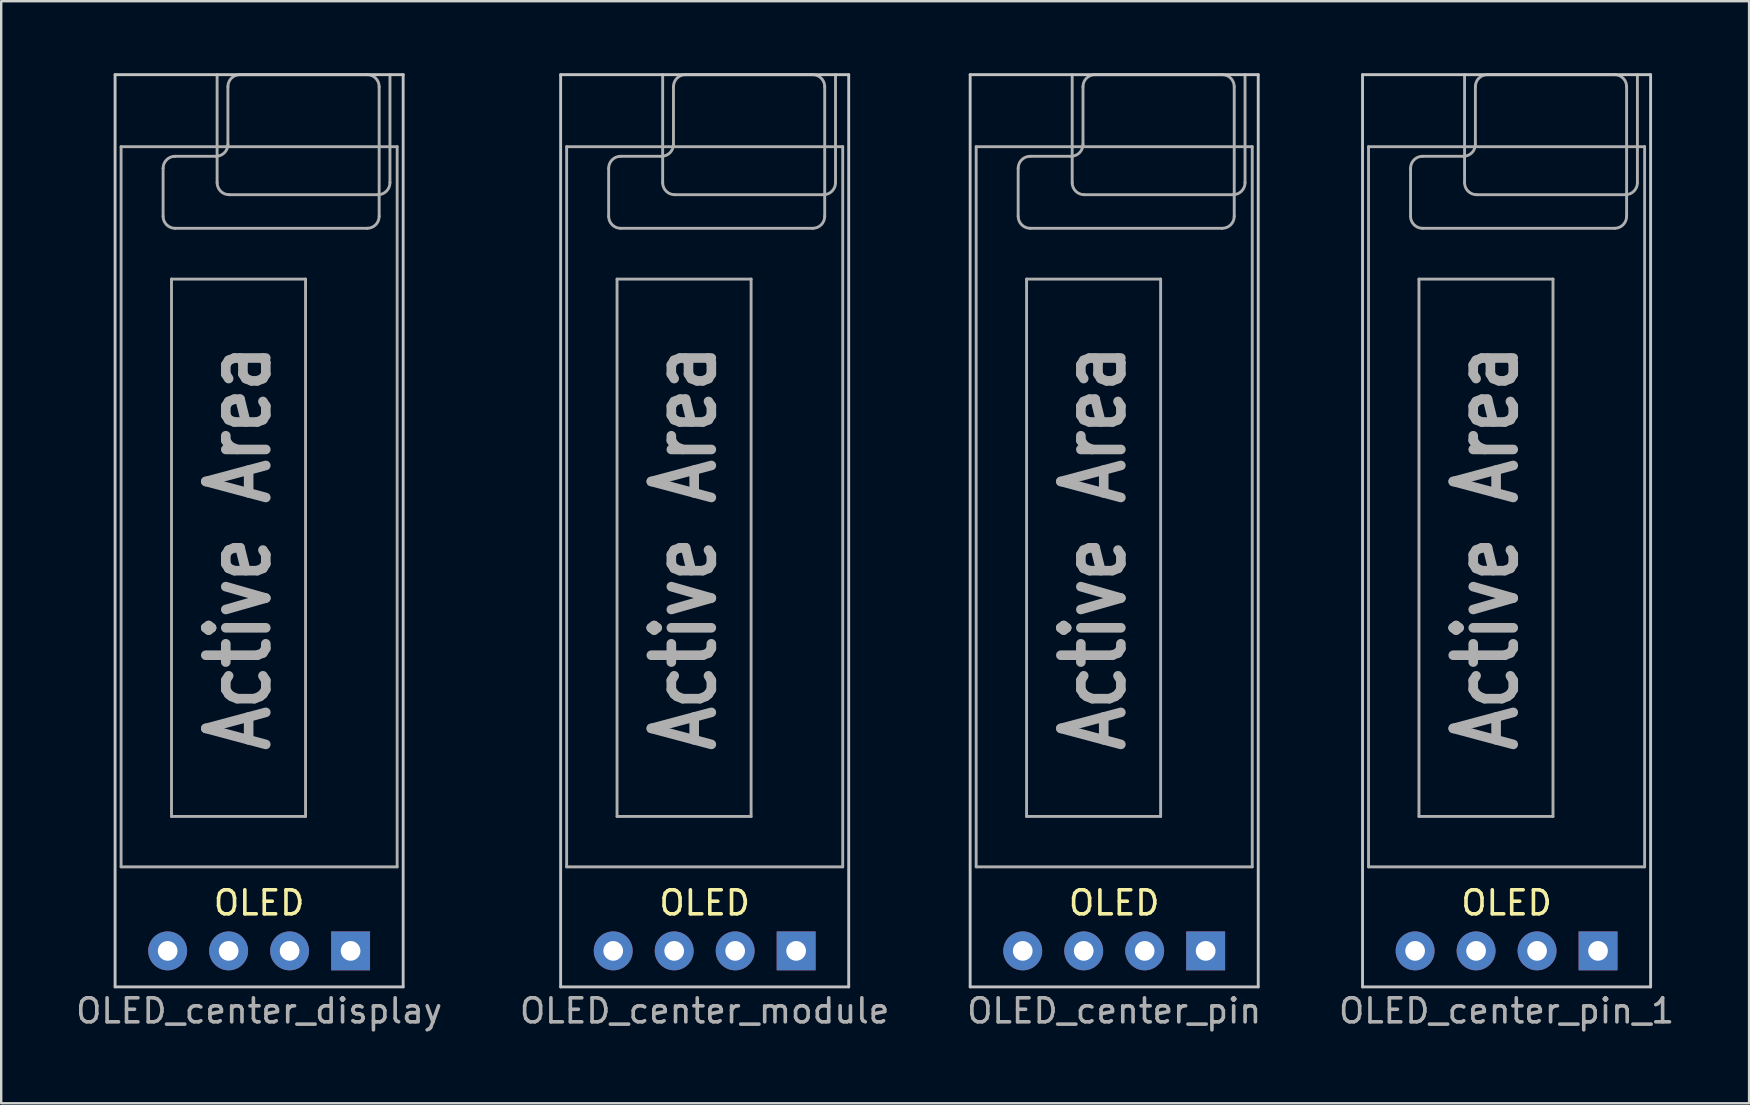
<source format=kicad_pcb>
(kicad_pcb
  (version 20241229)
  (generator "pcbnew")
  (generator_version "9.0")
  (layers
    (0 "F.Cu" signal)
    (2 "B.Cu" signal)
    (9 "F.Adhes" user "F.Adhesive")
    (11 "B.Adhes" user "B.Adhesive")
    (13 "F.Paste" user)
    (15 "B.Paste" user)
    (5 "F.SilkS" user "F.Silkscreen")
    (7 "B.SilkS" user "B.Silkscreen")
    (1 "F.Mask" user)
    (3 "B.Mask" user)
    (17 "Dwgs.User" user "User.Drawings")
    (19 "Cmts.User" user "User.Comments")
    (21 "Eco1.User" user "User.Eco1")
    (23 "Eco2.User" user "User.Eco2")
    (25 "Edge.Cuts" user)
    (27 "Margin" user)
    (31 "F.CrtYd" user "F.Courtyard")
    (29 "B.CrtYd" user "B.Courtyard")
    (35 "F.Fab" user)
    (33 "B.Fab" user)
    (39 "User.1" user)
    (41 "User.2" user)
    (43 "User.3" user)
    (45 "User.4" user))
  (footprint "OLED_center_module"
    (layer "F.Cu")
    (at 26.304 19.06)
    (property "Reference" "OLED_center_module" (at 0 20 180) (layer "F.Fab") (effects (font (size 1 1) (thickness 0.15))))
    (attr through_hole)
    (fp_line (start -6 -19) (end 6 -19) (stroke (width 0.12) (type solid)) (layer "Dwgs.User"))
    (fp_line (start -6 19) (end -6 -19) (stroke (width 0.12) (type solid)) (layer "Dwgs.User"))
    (fp_line (start -6 19) (end 6 19) (stroke (width 0.12) (type solid)) (layer "Dwgs.User"))
    (fp_line (start 6 -19) (end 6 19) (stroke (width 0.12) (type solid)) (layer "Dwgs.User"))
    (fp_line (start -5.4 -12.4) (end 4.6 -12.4) (stroke (width 0.12) (type solid)) (layer "Eco1.User"))
    (fp_line (start -5.4 13.5) (end -5.4 -12.4) (stroke (width 0.12) (type solid)) (layer "Eco1.User"))
    (fp_line (start 4.6 -12.4) (end 4.6 13.5) (stroke (width 0.12) (type solid)) (layer "Eco1.User"))
    (fp_line (start 4.6 13.5) (end -5.4 13.5) (stroke (width 0.12) (type solid)) (layer "Eco1.User"))
    (fp_line (start -5.75 -16) (end 5.75 -16) (stroke (width 0.12) (type solid)) (layer "F.Fab"))
    (fp_line (start -5.75 14) (end -5.75 -16) (stroke (width 0.12) (type solid)) (layer "F.Fab"))
    (fp_line (start -4 -13.1) (end -4 -15.1) (stroke (width 0.12) (type solid)) (layer "F.Fab"))
    (fp_line (start -3.65 -10.484) (end 1.934 -10.484) (stroke (width 0.12) (type solid)) (layer "F.Fab"))
    (fp_line (start -3.65 11.9) (end -3.65 -10.484) (stroke (width 0.12) (type solid)) (layer "F.Fab"))
    (fp_line (start -3.5 -15.6) (end -1.8 -15.6) (stroke (width 0.12) (type solid)) (layer "F.Fab"))
    (fp_line (start -1.75 -19) (end -1.75 -14.5) (stroke (width 0.12) (type solid)) (layer "F.Fab"))
    (fp_line (start -1.3 -16.1) (end -1.3 -18.5) (stroke (width 0.12) (type solid)) (layer "F.Fab"))
    (fp_line (start -1.25 -14) (end 4.95 -14) (stroke (width 0.12) (type solid)) (layer "F.Fab"))
    (fp_line (start -0.8 -19) (end 4.5 -19) (stroke (width 0.12) (type solid)) (layer "F.Fab"))
    (fp_line (start 1.934 -10.484) (end 1.934 11.9) (stroke (width 0.12) (type solid)) (layer "F.Fab"))
    (fp_line (start 1.934 11.9) (end -3.65 11.9) (stroke (width 0.12) (type solid)) (layer "F.Fab"))
    (fp_line (start 4.5 -12.6) (end -3.5 -12.6) (stroke (width 0.12) (type solid)) (layer "F.Fab"))
    (fp_line (start 5 -18.5) (end 5 -13.1) (stroke (width 0.12) (type solid)) (layer "F.Fab"))
    (fp_line (start 5.45 -14.5) (end 5.45 -19) (stroke (width 0.12) (type solid)) (layer "F.Fab"))
    (fp_line (start 5.75 -16) (end 5.75 14) (stroke (width 0.12) (type solid)) (layer "F.Fab"))
    (fp_line (start 5.75 14) (end -5.75 14) (stroke (width 0.12) (type solid)) (layer "F.Fab"))
    (fp_arc (start -4 -15.1) (mid -3.853553 -15.453553) (end -3.5 -15.6) (stroke (width 0.12) (type solid)) (layer "F.Fab"))
    (fp_arc (start -3.5 -12.6) (mid -3.853553 -12.746447) (end -4 -13.1) (stroke (width 0.12) (type solid)) (layer "F.Fab"))
    (fp_arc (start -1.3 -18.5) (mid -1.153553 -18.853553) (end -0.8 -19) (stroke (width 0.12) (type solid)) (layer "F.Fab"))
    (fp_arc (start -1.3 -16.1) (mid -1.446447 -15.746447) (end -1.8 -15.6) (stroke (width 0.12) (type solid)) (layer "F.Fab"))
    (fp_arc (start -1.25 -14) (mid -1.603553 -14.146447) (end -1.75 -14.5) (stroke (width 0.12) (type solid)) (layer "F.Fab"))
    (fp_arc (start 4.5 -19) (mid 4.853553 -18.853553) (end 5 -18.5) (stroke (width 0.12) (type solid)) (layer "F.Fab"))
    (fp_arc (start 5 -13.1) (mid 4.853553 -12.746447) (end 4.5 -12.6) (stroke (width 0.12) (type solid)) (layer "F.Fab"))
    (fp_arc (start 5.45 -14.5) (mid 5.303553 -14.146447) (end 4.95 -14) (stroke (width 0.12) (type solid)) (layer "F.Fab"))
    (fp_text user "OLED" (at 0 15.5 0) (layer "F.SilkS") (effects (font (size 1 1) (thickness 0.15))))
    (fp_text user "Active Area" (at -0.858 0.708 90) (layer "F.Fab") (effects (font (size 2.5 2) (thickness 0.4))))
    (pad "1" thru_hole circle (at -3.81 17.5) (size 1.62 1.62) (drill 0.82) (layers "*.Cu" "*.Mask"))
    (pad "2" thru_hole circle (at -1.27 17.5) (size 1.62 1.62) (drill 0.82) (layers "*.Cu" "*.Mask"))
    (pad "3" thru_hole circle (at 1.27 17.5) (size 1.62 1.62) (drill 0.82) (layers "*.Cu" "*.Mask"))
    (pad "4" thru_hole rect (at 3.81 17.5) (size 1.62 1.62) (drill 0.82) (layers "*.Cu" "*.Mask")))
  (footprint "OLED_center_pin_1"
    (layer "F.Cu")
    (at 59.708 36.56)
    (property "Reference" "OLED_center_pin_1" (at 0 2.5 180) (layer "F.Fab") (effects (font (size 1 1) (thickness 0.15))))
    (attr through_hole)
    (fp_line (start -6 -36.5) (end 6 -36.5) (stroke (width 0.12) (type solid)) (layer "Dwgs.User"))
    (fp_line (start -6 1.5) (end -6 -36.5) (stroke (width 0.12) (type solid)) (layer "Dwgs.User"))
    (fp_line (start -6 1.5) (end 6 1.5) (stroke (width 0.12) (type solid)) (layer "Dwgs.User"))
    (fp_line (start 6 -36.5) (end 6 1.5) (stroke (width 0.12) (type solid)) (layer "Dwgs.User"))
    (fp_line (start -5.4 -29.9) (end 4.6 -29.9) (stroke (width 0.12) (type solid)) (layer "Eco1.User"))
    (fp_line (start -5.4 -4) (end -5.4 -29.9) (stroke (width 0.12) (type solid)) (layer "Eco1.User"))
    (fp_line (start 4.6 -29.9) (end 4.6 -4) (stroke (width 0.12) (type solid)) (layer "Eco1.User"))
    (fp_line (start 4.6 -4) (end -5.4 -4) (stroke (width 0.12) (type solid)) (layer "Eco1.User"))
    (fp_line (start -5.75 -33.5) (end 5.75 -33.5) (stroke (width 0.12) (type solid)) (layer "F.Fab"))
    (fp_line (start -5.75 -3.5) (end -5.75 -33.5) (stroke (width 0.12) (type solid)) (layer "F.Fab"))
    (fp_line (start -4 -30.6) (end -4 -32.6) (stroke (width 0.12) (type solid)) (layer "F.Fab"))
    (fp_line (start -3.65 -27.984) (end 1.934 -27.984) (stroke (width 0.12) (type solid)) (layer "F.Fab"))
    (fp_line (start -3.65 -5.6) (end -3.65 -27.984) (stroke (width 0.12) (type solid)) (layer "F.Fab"))
    (fp_line (start -3.5 -33.1) (end -1.8 -33.1) (stroke (width 0.12) (type solid)) (layer "F.Fab"))
    (fp_line (start -1.75 -36.5) (end -1.75 -32) (stroke (width 0.12) (type solid)) (layer "F.Fab"))
    (fp_line (start -1.3 -33.6) (end -1.3 -36) (stroke (width 0.12) (type solid)) (layer "F.Fab"))
    (fp_line (start -1.25 -31.5) (end 4.95 -31.5) (stroke (width 0.12) (type solid)) (layer "F.Fab"))
    (fp_line (start -0.8 -36.5) (end 4.5 -36.5) (stroke (width 0.12) (type solid)) (layer "F.Fab"))
    (fp_line (start 1.934 -27.984) (end 1.934 -5.6) (stroke (width 0.12) (type solid)) (layer "F.Fab"))
    (fp_line (start 1.934 -5.6) (end -3.65 -5.6) (stroke (width 0.12) (type solid)) (layer "F.Fab"))
    (fp_line (start 4.5 -30.1) (end -3.5 -30.1) (stroke (width 0.12) (type solid)) (layer "F.Fab"))
    (fp_line (start 5 -36) (end 5 -30.6) (stroke (width 0.12) (type solid)) (layer "F.Fab"))
    (fp_line (start 5.45 -32) (end 5.45 -36.5) (stroke (width 0.12) (type solid)) (layer "F.Fab"))
    (fp_line (start 5.75 -33.5) (end 5.75 -3.5) (stroke (width 0.12) (type solid)) (layer "F.Fab"))
    (fp_line (start 5.75 -3.5) (end -5.75 -3.5) (stroke (width 0.12) (type solid)) (layer "F.Fab"))
    (fp_arc (start -4 -32.6) (mid -3.853553 -32.953553) (end -3.5 -33.1) (stroke (width 0.12) (type solid)) (layer "F.Fab"))
    (fp_arc (start -3.5 -30.1) (mid -3.853553 -30.246447) (end -4 -30.6) (stroke (width 0.12) (type solid)) (layer "F.Fab"))
    (fp_arc (start -1.3 -36) (mid -1.153553 -36.353553) (end -0.8 -36.5) (stroke (width 0.12) (type solid)) (layer "F.Fab"))
    (fp_arc (start -1.3 -33.6) (mid -1.446447 -33.246447) (end -1.8 -33.1) (stroke (width 0.12) (type solid)) (layer "F.Fab"))
    (fp_arc (start -1.25 -31.5) (mid -1.603553 -31.646447) (end -1.75 -32) (stroke (width 0.12) (type solid)) (layer "F.Fab"))
    (fp_arc (start 4.5 -36.5) (mid 4.853553 -36.353553) (end 5 -36) (stroke (width 0.12) (type solid)) (layer "F.Fab"))
    (fp_arc (start 5 -30.6) (mid 4.853553 -30.246447) (end 4.5 -30.1) (stroke (width 0.12) (type solid)) (layer "F.Fab"))
    (fp_arc (start 5.45 -32) (mid 5.303553 -31.646447) (end 4.95 -31.5) (stroke (width 0.12) (type solid)) (layer "F.Fab"))
    (fp_text user "OLED" (at 0 -2 0) (layer "F.SilkS") (effects (font (size 1 1) (thickness 0.15))))
    (fp_text user "Active Area" (at -0.858 -16.792 90) (layer "F.Fab") (effects (font (size 2.5 2) (thickness 0.4))))
    (pad "1" thru_hole circle (at -3.81 0) (size 1.62 1.62) (drill 0.82) (layers "*.Cu" "*.Mask"))
    (pad "2" thru_hole circle (at -1.27 0) (size 1.62 1.62) (drill 0.82) (layers "*.Cu" "*.Mask"))
    (pad "3" thru_hole circle (at 1.27 0) (size 1.62 1.62) (drill 0.82) (layers "*.Cu" "*.Mask"))
    (pad "4" thru_hole rect (at 3.81 0) (size 1.62 1.62) (drill 0.82) (layers "*.Cu" "*.Mask")))
  (footprint "OLED_center_display"
    (layer "F.Cu")
    (at 7.744 18.06)
    (property "Reference" "OLED_center_display" (at 0 21 180) (layer "F.Fab") (effects (font (size 1 1) (thickness 0.15))))
    (attr through_hole)
    (fp_line (start -6 -18) (end 6 -18) (stroke (width 0.12) (type solid)) (layer "Dwgs.User"))
    (fp_line (start -6 20) (end -6 -18) (stroke (width 0.12) (type solid)) (layer "Dwgs.User"))
    (fp_line (start -6 20) (end 6 20) (stroke (width 0.12) (type solid)) (layer "Dwgs.User"))
    (fp_line (start 6 -18) (end 6 20) (stroke (width 0.12) (type solid)) (layer "Dwgs.User"))
    (fp_line (start -5.4 -11.4) (end 4.6 -11.4) (stroke (width 0.12) (type solid)) (layer "Eco1.User"))
    (fp_line (start -5.4 14.5) (end -5.4 -11.4) (stroke (width 0.12) (type solid)) (layer "Eco1.User"))
    (fp_line (start 4.6 -11.4) (end 4.6 14.5) (stroke (width 0.12) (type solid)) (layer "Eco1.User"))
    (fp_line (start 4.6 14.5) (end -5.4 14.5) (stroke (width 0.12) (type solid)) (layer "Eco1.User"))
    (fp_line (start -5.75 -15) (end 5.75 -15) (stroke (width 0.12) (type solid)) (layer "F.Fab"))
    (fp_line (start -5.75 15) (end -5.75 -15) (stroke (width 0.12) (type solid)) (layer "F.Fab"))
    (fp_line (start -4 -12.1) (end -4 -14.1) (stroke (width 0.12) (type solid)) (layer "F.Fab"))
    (fp_line (start -3.65 -9.484) (end 1.934 -9.484) (stroke (width 0.12) (type solid)) (layer "F.Fab"))
    (fp_line (start -3.65 12.9) (end -3.65 -9.484) (stroke (width 0.12) (type solid)) (layer "F.Fab"))
    (fp_line (start -3.5 -14.6) (end -1.8 -14.6) (stroke (width 0.12) (type solid)) (layer "F.Fab"))
    (fp_line (start -1.75 -18) (end -1.75 -13.5) (stroke (width 0.12) (type solid)) (layer "F.Fab"))
    (fp_line (start -1.3 -15.1) (end -1.3 -17.5) (stroke (width 0.12) (type solid)) (layer "F.Fab"))
    (fp_line (start -1.25 -13) (end 4.95 -13) (stroke (width 0.12) (type solid)) (layer "F.Fab"))
    (fp_line (start -0.8 -18) (end 4.5 -18) (stroke (width 0.12) (type solid)) (layer "F.Fab"))
    (fp_line (start 1.934 -9.484) (end 1.934 12.9) (stroke (width 0.12) (type solid)) (layer "F.Fab"))
    (fp_line (start 1.934 12.9) (end -3.65 12.9) (stroke (width 0.12) (type solid)) (layer "F.Fab"))
    (fp_line (start 4.5 -11.6) (end -3.5 -11.6) (stroke (width 0.12) (type solid)) (layer "F.Fab"))
    (fp_line (start 5 -17.5) (end 5 -12.1) (stroke (width 0.12) (type solid)) (layer "F.Fab"))
    (fp_line (start 5.45 -13.5) (end 5.45 -18) (stroke (width 0.12) (type solid)) (layer "F.Fab"))
    (fp_line (start 5.75 -15) (end 5.75 15) (stroke (width 0.12) (type solid)) (layer "F.Fab"))
    (fp_line (start 5.75 15) (end -5.75 15) (stroke (width 0.12) (type solid)) (layer "F.Fab"))
    (fp_arc (start -4 -14.1) (mid -3.853553 -14.453553) (end -3.5 -14.6) (stroke (width 0.12) (type solid)) (layer "F.Fab"))
    (fp_arc (start -3.5 -11.6) (mid -3.853553 -11.746447) (end -4 -12.1) (stroke (width 0.12) (type solid)) (layer "F.Fab"))
    (fp_arc (start -1.3 -17.5) (mid -1.153553 -17.853553) (end -0.8 -18) (stroke (width 0.12) (type solid)) (layer "F.Fab"))
    (fp_arc (start -1.3 -15.1) (mid -1.446447 -14.746447) (end -1.8 -14.6) (stroke (width 0.12) (type solid)) (layer "F.Fab"))
    (fp_arc (start -1.25 -13) (mid -1.603553 -13.146447) (end -1.75 -13.5) (stroke (width 0.12) (type solid)) (layer "F.Fab"))
    (fp_arc (start 4.5 -18) (mid 4.853553 -17.853553) (end 5 -17.5) (stroke (width 0.12) (type solid)) (layer "F.Fab"))
    (fp_arc (start 5 -12.1) (mid 4.853553 -11.746447) (end 4.5 -11.6) (stroke (width 0.12) (type solid)) (layer "F.Fab"))
    (fp_arc (start 5.45 -13.5) (mid 5.303553 -13.146447) (end 4.95 -13) (stroke (width 0.12) (type solid)) (layer "F.Fab"))
    (fp_text user "OLED" (at 0 16.5 0) (layer "F.SilkS") (effects (font (size 1 1) (thickness 0.15))))
    (fp_text user "Active Area" (at -0.858 1.708 90) (layer "F.Fab") (effects (font (size 2.5 2) (thickness 0.4))))
    (pad "1" thru_hole circle (at -3.81 18.5) (size 1.62 1.62) (drill 0.82) (layers "*.Cu" "*.Mask"))
    (pad "2" thru_hole circle (at -1.27 18.5) (size 1.62 1.62) (drill 0.82) (layers "*.Cu" "*.Mask"))
    (pad "3" thru_hole circle (at 1.27 18.5) (size 1.62 1.62) (drill 0.82) (layers "*.Cu" "*.Mask"))
    (pad "4" thru_hole rect (at 3.81 18.5) (size 1.62 1.62) (drill 0.82) (layers "*.Cu" "*.Mask")))
  (footprint "OLED_center_pin"
    (layer "F.Cu")
    (at 43.363 36.56)
    (property "Reference" "OLED_center_pin" (at 0 2.5 180) (layer "F.Fab") (effects (font (size 1 1) (thickness 0.15))))
    (attr through_hole)
    (fp_line (start -6 -36.5) (end 6 -36.5) (stroke (width 0.12) (type solid)) (layer "Dwgs.User"))
    (fp_line (start -6 1.5) (end -6 -36.5) (stroke (width 0.12) (type solid)) (layer "Dwgs.User"))
    (fp_line (start -6 1.5) (end 6 1.5) (stroke (width 0.12) (type solid)) (layer "Dwgs.User"))
    (fp_line (start 6 -36.5) (end 6 1.5) (stroke (width 0.12) (type solid)) (layer "Dwgs.User"))
    (fp_line (start -5.4 -29.9) (end 4.6 -29.9) (stroke (width 0.12) (type solid)) (layer "Eco1.User"))
    (fp_line (start -5.4 -4) (end -5.4 -29.9) (stroke (width 0.12) (type solid)) (layer "Eco1.User"))
    (fp_line (start 4.6 -29.9) (end 4.6 -4) (stroke (width 0.12) (type solid)) (layer "Eco1.User"))
    (fp_line (start 4.6 -4) (end -5.4 -4) (stroke (width 0.12) (type solid)) (layer "Eco1.User"))
    (fp_line (start -5.75 -33.5) (end 5.75 -33.5) (stroke (width 0.12) (type solid)) (layer "F.Fab"))
    (fp_line (start -5.75 -3.5) (end -5.75 -33.5) (stroke (width 0.12) (type solid)) (layer "F.Fab"))
    (fp_line (start -4 -30.6) (end -4 -32.6) (stroke (width 0.12) (type solid)) (layer "F.Fab"))
    (fp_line (start -3.65 -27.984) (end 1.934 -27.984) (stroke (width 0.12) (type solid)) (layer "F.Fab"))
    (fp_line (start -3.65 -5.6) (end -3.65 -27.984) (stroke (width 0.12) (type solid)) (layer "F.Fab"))
    (fp_line (start -3.5 -33.1) (end -1.8 -33.1) (stroke (width 0.12) (type solid)) (layer "F.Fab"))
    (fp_line (start -1.75 -36.5) (end -1.75 -32) (stroke (width 0.12) (type solid)) (layer "F.Fab"))
    (fp_line (start -1.3 -33.6) (end -1.3 -36) (stroke (width 0.12) (type solid)) (layer "F.Fab"))
    (fp_line (start -1.25 -31.5) (end 4.95 -31.5) (stroke (width 0.12) (type solid)) (layer "F.Fab"))
    (fp_line (start -0.8 -36.5) (end 4.5 -36.5) (stroke (width 0.12) (type solid)) (layer "F.Fab"))
    (fp_line (start 1.934 -27.984) (end 1.934 -5.6) (stroke (width 0.12) (type solid)) (layer "F.Fab"))
    (fp_line (start 1.934 -5.6) (end -3.65 -5.6) (stroke (width 0.12) (type solid)) (layer "F.Fab"))
    (fp_line (start 4.5 -30.1) (end -3.5 -30.1) (stroke (width 0.12) (type solid)) (layer "F.Fab"))
    (fp_line (start 5 -36) (end 5 -30.6) (stroke (width 0.12) (type solid)) (layer "F.Fab"))
    (fp_line (start 5.45 -32) (end 5.45 -36.5) (stroke (width 0.12) (type solid)) (layer "F.Fab"))
    (fp_line (start 5.75 -33.5) (end 5.75 -3.5) (stroke (width 0.12) (type solid)) (layer "F.Fab"))
    (fp_line (start 5.75 -3.5) (end -5.75 -3.5) (stroke (width 0.12) (type solid)) (layer "F.Fab"))
    (fp_arc (start -4 -32.6) (mid -3.853553 -32.953553) (end -3.5 -33.1) (stroke (width 0.12) (type solid)) (layer "F.Fab"))
    (fp_arc (start -3.5 -30.1) (mid -3.853553 -30.246447) (end -4 -30.6) (stroke (width 0.12) (type solid)) (layer "F.Fab"))
    (fp_arc (start -1.3 -36) (mid -1.153553 -36.353553) (end -0.8 -36.5) (stroke (width 0.12) (type solid)) (layer "F.Fab"))
    (fp_arc (start -1.3 -33.6) (mid -1.446447 -33.246447) (end -1.8 -33.1) (stroke (width 0.12) (type solid)) (layer "F.Fab"))
    (fp_arc (start -1.25 -31.5) (mid -1.603553 -31.646447) (end -1.75 -32) (stroke (width 0.12) (type solid)) (layer "F.Fab"))
    (fp_arc (start 4.5 -36.5) (mid 4.853553 -36.353553) (end 5 -36) (stroke (width 0.12) (type solid)) (layer "F.Fab"))
    (fp_arc (start 5 -30.6) (mid 4.853553 -30.246447) (end 4.5 -30.1) (stroke (width 0.12) (type solid)) (layer "F.Fab"))
    (fp_arc (start 5.45 -32) (mid 5.303553 -31.646447) (end 4.95 -31.5) (stroke (width 0.12) (type solid)) (layer "F.Fab"))
    (fp_text user "OLED" (at 0 -2 0) (layer "F.SilkS") (effects (font (size 1 1) (thickness 0.15))))
    (fp_text user "Active Area" (at -0.858 -16.792 90) (layer "F.Fab") (effects (font (size 2.5 2) (thickness 0.4))))
    (pad "1" thru_hole circle (at -3.81 0) (size 1.62 1.62) (drill 0.82) (layers "*.Cu" "*.Mask"))
    (pad "2" thru_hole circle (at -1.27 0) (size 1.62 1.62) (drill 0.82) (layers "*.Cu" "*.Mask"))
    (pad "3" thru_hole circle (at 1.27 0) (size 1.62 1.62) (drill 0.82) (layers "*.Cu" "*.Mask"))
    (pad "4" thru_hole rect (at 3.81 0) (size 1.62 1.62) (drill 0.82) (layers "*.Cu" "*.Mask")))
  (gr_rect
    (start -3 -3)
    (end 69.81 42.908)
    (stroke (width 0.1) (type default))
    (fill no)
    (layer "Edge.Cuts")))
</source>
